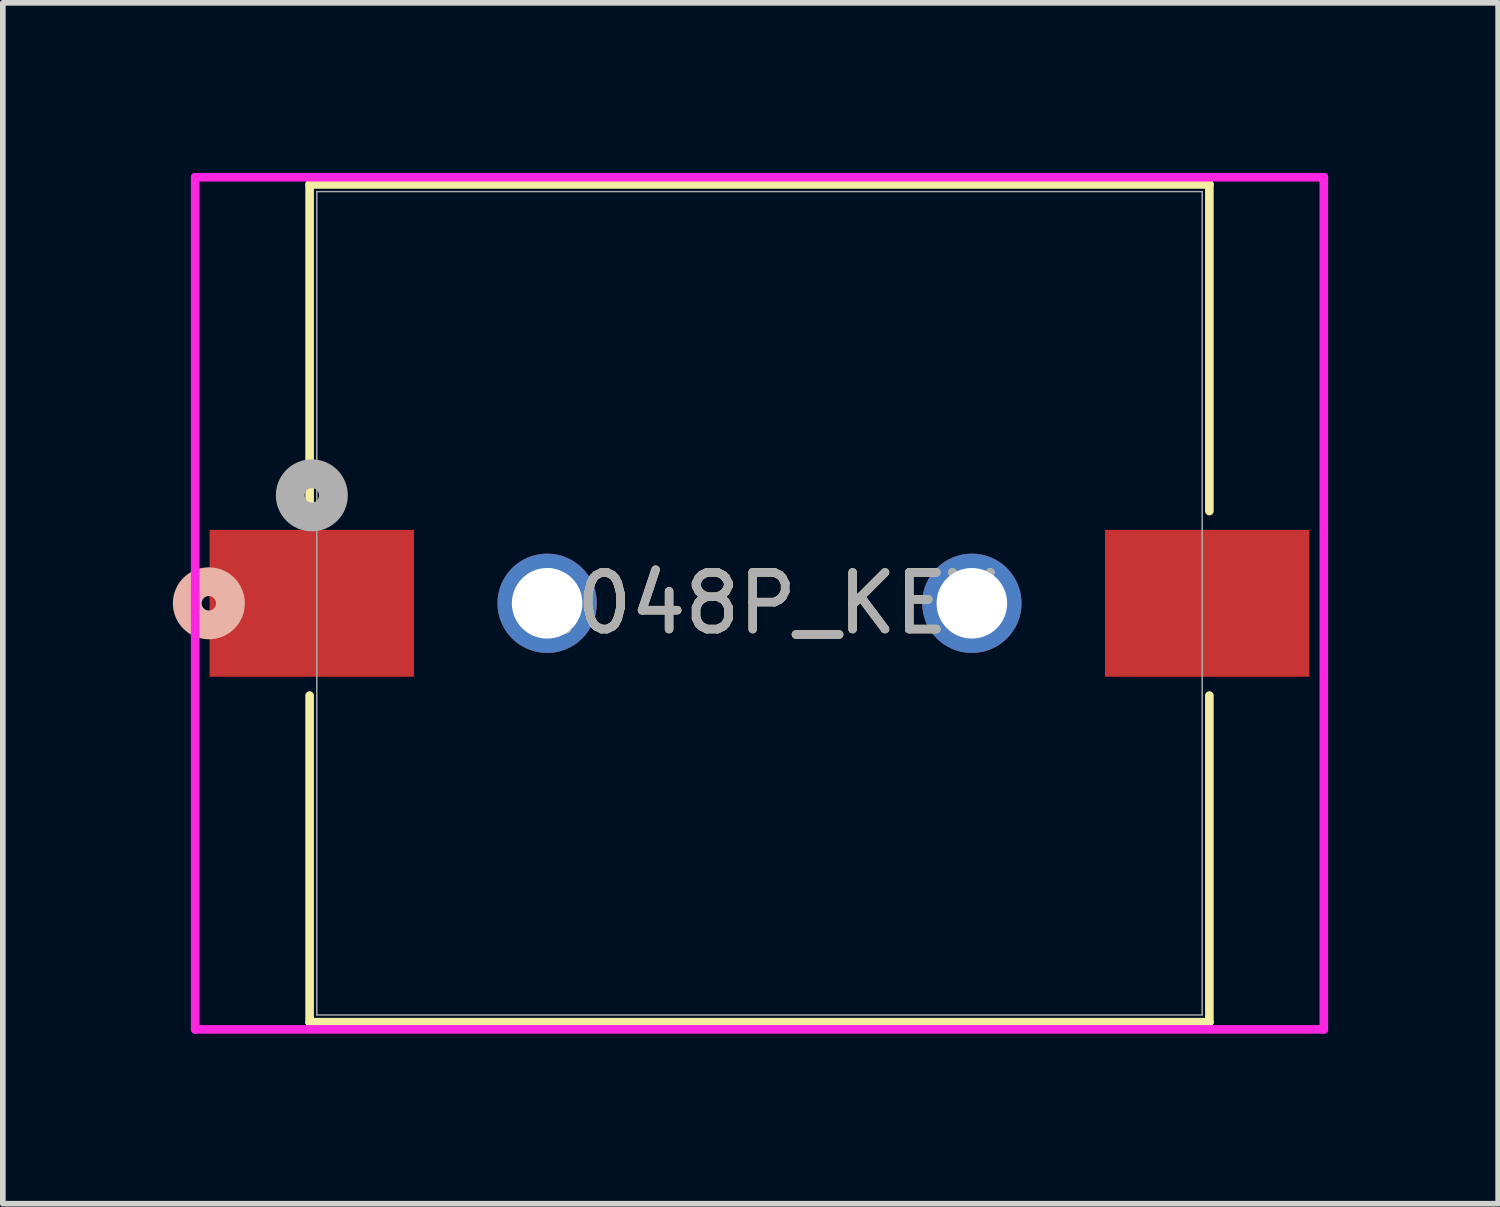
<source format=kicad_pcb>
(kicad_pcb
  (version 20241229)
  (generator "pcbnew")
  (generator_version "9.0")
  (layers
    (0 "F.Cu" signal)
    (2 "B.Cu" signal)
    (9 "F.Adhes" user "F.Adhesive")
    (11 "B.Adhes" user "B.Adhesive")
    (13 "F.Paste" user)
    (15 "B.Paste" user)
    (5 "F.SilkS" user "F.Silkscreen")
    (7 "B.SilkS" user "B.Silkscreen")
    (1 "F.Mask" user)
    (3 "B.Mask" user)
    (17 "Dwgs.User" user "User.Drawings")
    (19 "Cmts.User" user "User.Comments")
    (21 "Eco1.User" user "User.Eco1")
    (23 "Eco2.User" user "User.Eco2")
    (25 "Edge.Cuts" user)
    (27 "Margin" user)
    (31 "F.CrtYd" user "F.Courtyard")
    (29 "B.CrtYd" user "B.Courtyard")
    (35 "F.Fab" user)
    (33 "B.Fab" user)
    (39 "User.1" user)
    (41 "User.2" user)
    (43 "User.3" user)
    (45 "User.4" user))
  (footprint "1048P_KEY"
    (layer "F.Cu")
    (at 10.351 7.595)
    (property "Reference" "1048P_KEY" (at 0 0 0) (unlocked yes) (layer "F.SilkS") (effects (font (size 1 1) (thickness 0.15))))
    (fp_line (start -7.938 -7.391) (end -7.938 -1.628) (stroke (width 0.152) (type solid)) (layer "F.SilkS"))
    (fp_line (start -7.938 1.628) (end -7.938 7.391) (stroke (width 0.152) (type solid)) (layer "F.SilkS"))
    (fp_line (start -7.938 7.391) (end 7.938 7.391) (stroke (width 0.152) (type solid)) (layer "F.SilkS"))
    (fp_line (start 7.938 -7.391) (end -7.938 -7.391) (stroke (width 0.152) (type solid)) (layer "F.SilkS"))
    (fp_line (start 7.938 -1.628) (end 7.938 -7.391) (stroke (width 0.152) (type solid)) (layer "F.SilkS"))
    (fp_line (start 7.938 7.391) (end 7.938 1.628) (stroke (width 0.152) (type solid)) (layer "F.SilkS"))
    (fp_circle (center -9.716 0) (end -9.335 0) (stroke (width 0.508) (type solid)) (fill no) (layer "B.SilkS"))
    (fp_line (start -9.957 -7.518) (end -9.957 7.518) (stroke (width 0.152) (type solid)) (layer "F.CrtYd"))
    (fp_line (start -9.957 7.518) (end 9.957 7.518) (stroke (width 0.152) (type solid)) (layer "F.CrtYd"))
    (fp_line (start 9.957 -7.518) (end -9.957 -7.518) (stroke (width 0.152) (type solid)) (layer "F.CrtYd"))
    (fp_line (start 9.957 7.518) (end 9.957 -7.518) (stroke (width 0.152) (type solid)) (layer "F.CrtYd"))
    (fp_line (start -7.811 -7.264) (end -7.811 7.264) (stroke (width 0.025) (type solid)) (layer "F.Fab"))
    (fp_line (start -7.811 7.264) (end 7.811 7.264) (stroke (width 0.025) (type solid)) (layer "F.Fab"))
    (fp_line (start 7.811 -7.264) (end -7.811 -7.264) (stroke (width 0.025) (type solid)) (layer "F.Fab"))
    (fp_line (start 7.811 7.264) (end 7.811 -7.264) (stroke (width 0.025) (type solid)) (layer "F.Fab"))
    (fp_circle (center -7.899 -1.905) (end -7.518 -1.905) (stroke (width 0.508) (type solid)) (fill no) (layer "F.Fab"))
    (fp_text user "${REFERENCE}" (at 0 0 0) (unlocked yes) (layer "F.Fab") (effects (font (size 1 1) (thickness 0.15))))
    (pad "1" smd rect (at -7.899 0) (size 3.607 2.591) (layers "F.Cu" "F.Mask" "F.Paste"))
    (pad "2" smd rect (at 7.899 0) (size 3.607 2.591) (layers "F.Cu" "F.Mask" "F.Paste"))
    (pad "3" thru_hole circle (at -3.747 0 90) (size 1.753 1.753) (drill 1.245) (layers "*.Cu" "*.Mask"))
    (pad "4" thru_hole circle (at 3.747 0 90) (size 1.753 1.753) (drill 1.245) (layers "*.Cu" "*.Mask")))
  (gr_rect
    (start -3 -3)
    (end 23.384 18.189)
    (stroke (width 0.1) (type default))
    (fill no)
    (layer "Edge.Cuts")))
</source>
